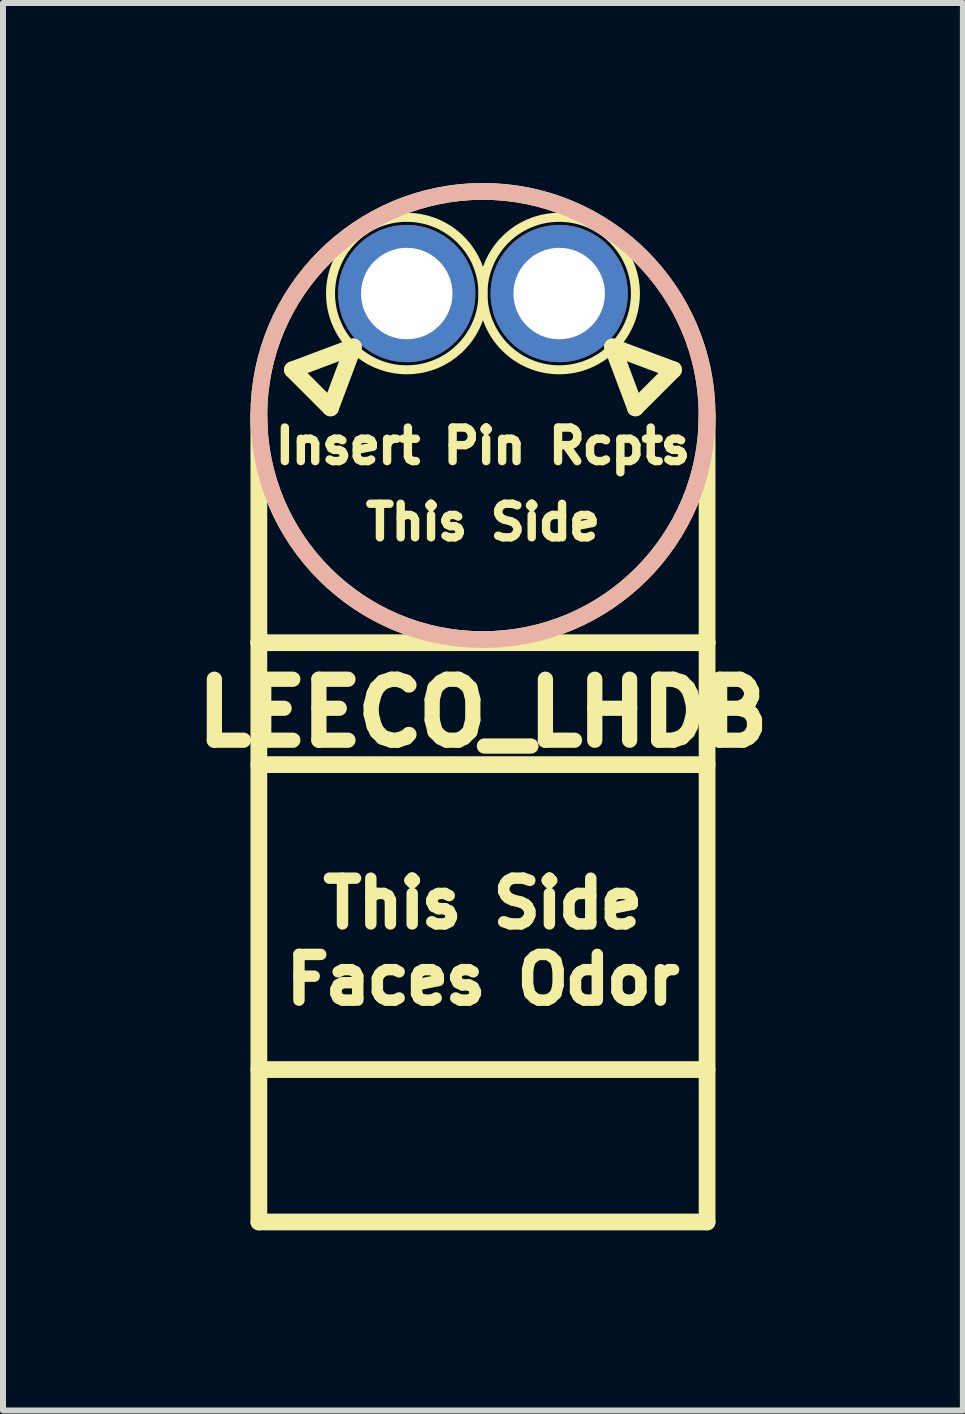
<source format=kicad_pcb>
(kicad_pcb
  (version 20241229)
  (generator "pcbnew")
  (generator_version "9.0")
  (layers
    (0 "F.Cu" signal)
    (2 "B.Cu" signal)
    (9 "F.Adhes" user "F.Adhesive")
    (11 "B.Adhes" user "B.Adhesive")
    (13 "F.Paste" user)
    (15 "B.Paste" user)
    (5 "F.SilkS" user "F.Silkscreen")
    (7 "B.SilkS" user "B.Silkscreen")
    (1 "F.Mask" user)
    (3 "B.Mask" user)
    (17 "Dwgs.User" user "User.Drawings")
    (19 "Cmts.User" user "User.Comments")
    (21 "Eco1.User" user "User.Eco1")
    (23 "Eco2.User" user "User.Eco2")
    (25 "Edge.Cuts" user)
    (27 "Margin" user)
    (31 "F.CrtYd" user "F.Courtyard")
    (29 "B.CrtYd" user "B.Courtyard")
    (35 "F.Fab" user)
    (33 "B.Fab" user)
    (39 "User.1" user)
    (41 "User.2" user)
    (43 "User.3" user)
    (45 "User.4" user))
  (footprint "LEECO_LHDB"
    (layer "F.Cu")
    (at 4.997 1.841)
    (property "Reference" "LEECO_LHDB" (at 0 6.985 0) (layer "F.SilkS") (effects (font (size 1.016 1.016) (thickness 0.254))))
    (attr through_hole)
    (fp_line (start -3.734 2.032) (end -3.734 5.817) (stroke (width 0.279) (type solid)) (layer "F.SilkS"))
    (fp_line (start -3.734 5.817) (end 3.734 5.817) (stroke (width 0.279) (type solid)) (layer "F.SilkS"))
    (fp_line (start -3.734 7.849) (end 3.734 7.849) (stroke (width 0.279) (type solid)) (layer "F.SilkS"))
    (fp_line (start -3.734 12.929) (end 3.734 12.929) (stroke (width 0.279) (type solid)) (layer "F.SilkS"))
    (fp_line (start -3.734 15.469) (end -3.734 5.817) (stroke (width 0.279) (type solid)) (layer "F.SilkS"))
    (fp_line (start -3.734 15.469) (end 3.734 15.469) (stroke (width 0.279) (type solid)) (layer "F.SilkS"))
    (fp_line (start -3.175 1.27) (end -2.54 1.905) (stroke (width 0.279) (type solid)) (layer "F.SilkS"))
    (fp_line (start -2.54 1.905) (end -2.159 0.889) (stroke (width 0.279) (type solid)) (layer "F.SilkS"))
    (fp_line (start -2.159 0.889) (end -3.175 1.27) (stroke (width 0.279) (type solid)) (layer "F.SilkS"))
    (fp_line (start 2.159 0.889) (end 3.175 1.27) (stroke (width 0.279) (type solid)) (layer "F.SilkS"))
    (fp_line (start 2.54 1.905) (end 2.159 0.889) (stroke (width 0.279) (type solid)) (layer "F.SilkS"))
    (fp_line (start 3.175 1.27) (end 2.54 1.905) (stroke (width 0.279) (type solid)) (layer "F.SilkS"))
    (fp_line (start 3.734 5.817) (end 3.734 2.032) (stroke (width 0.279) (type solid)) (layer "F.SilkS"))
    (fp_line (start 3.734 15.469) (end 3.734 5.817) (stroke (width 0.279) (type solid)) (layer "F.SilkS"))
    (fp_circle (center -1.27 0) (end -1.27 -1.27) (stroke (width 0.15) (type solid)) (fill no) (layer "F.SilkS"))
    (fp_circle (center 0 2.032) (end 3.734 2.032) (stroke (width 0.279) (type solid)) (fill no) (layer "F.SilkS"))
    (fp_circle (center 1.27 0) (end 1.27 -1.27) (stroke (width 0.15) (type solid)) (fill no) (layer "F.SilkS"))
    (fp_circle (center 0 2.032) (end 3.734 2.032) (stroke (width 0.279) (type solid)) (fill no) (layer "B.SilkS"))
    (fp_text user "Faces Odor" (at 0 11.43 0) (layer "F.SilkS") (effects (font (size 0.762 0.762) (thickness 0.191))))
    (fp_text user "This Side" (at 0 3.81 0) (layer "F.SilkS") (effects (font (size 0.559 0.559) (thickness 0.14))))
    (fp_text user "Insert Pin Rcpts" (at 0 2.54 0) (layer "F.SilkS") (effects (font (size 0.559 0.559) (thickness 0.14))))
    (fp_text user "This Side" (at 0 10.16 0) (layer "F.SilkS") (effects (font (size 0.762 0.762) (thickness 0.191))))
    (pad "1" thru_hole circle (at -1.27 0) (size 2.286 2.286) (drill 1.524) (layers "*.Cu" "*.Mask"))
    (pad "2" thru_hole circle (at 1.27 0) (size 2.286 2.286) (drill 1.524) (layers "*.Cu" "*.Mask")))
  (gr_rect
    (start -3 -3)
    (end 12.993 20.45)
    (stroke (width 0.1) (type default))
    (fill no)
    (layer "Edge.Cuts")))
</source>
